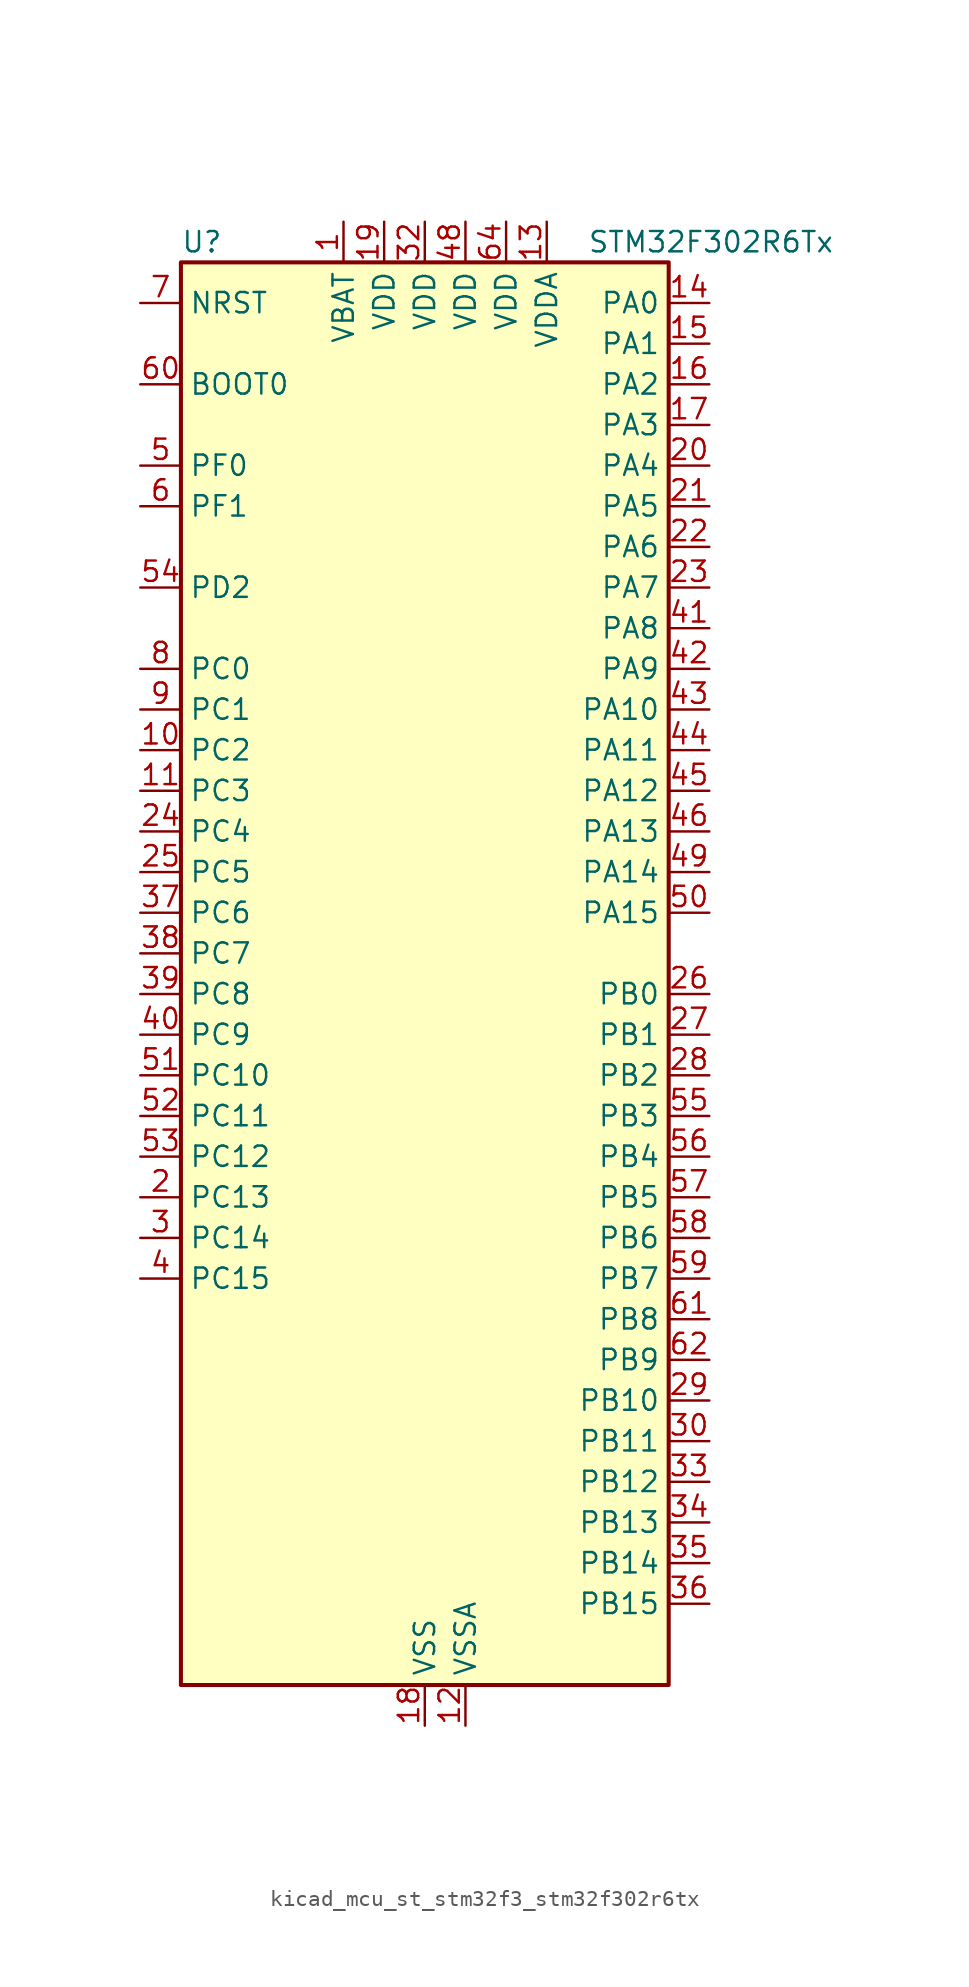
<source format=kicad_sym>
(kicad_symbol_lib
  (version 20220914)
  (generator kicad_symbol_editor)
  (symbol "kicad_mcu_st_stm32f3_stm32f302r6tx"
    (property "Reference" "U"
      (at -15.24 46.99 0)
      (effects (font (size 1.27 1.27)) (justify left)))
    (property "Value" "STM32F302R6Tx"
      (at 10.16 46.99 0)
      (effects (font (size 1.27 1.27)) (justify left)))
    (property "ki_locked" ""
      (at 0 0 0)
      (effects (font (size 1.27 1.27))))
    (symbol "kicad_mcu_st_stm32f3_stm32f302r6tx_0_1"
      (rectangle (start -15.24 -43.18) (end 15.24 45.72) (stroke (width 0.254) (type default)) (fill (type background))))
    (symbol "kicad_mcu_st_stm32f3_stm32f302r6tx_1_1"
      (pin power_in line (at -5.08 48.26 270) (length 2.54) (name "VBAT" (effects (font (size 1.27 1.27)))) (number "1" (effects (font (size 1.27 1.27)))))
      (pin bidirectional line (at -17.78 15.24 0) (length 2.54) (name "PC2" (effects (font (size 1.27 1.27)))) (number "10" (effects (font (size 1.27 1.27)))) (alternate "ADC1_IN8" bidirectional line) (alternate "TIM1_CH3" bidirectional line))
      (pin bidirectional line (at -17.78 12.7 0) (length 2.54) (name "PC3" (effects (font (size 1.27 1.27)))) (number "11" (effects (font (size 1.27 1.27)))) (alternate "ADC1_IN9" bidirectional line) (alternate "TIM1_BKIN2" bidirectional line) (alternate "TIM1_CH4" bidirectional line))
      (pin power_in line (at 2.54 -45.72 90) (length 2.54) (name "VSSA" (effects (font (size 1.27 1.27)))) (number "12" (effects (font (size 1.27 1.27)))))
      (pin power_in line (at 7.62 48.26 270) (length 2.54) (name "VDDA" (effects (font (size 1.27 1.27)))) (number "13" (effects (font (size 1.27 1.27)))))
      (pin bidirectional line (at 17.78 43.18 180) (length 2.54) (name "PA0" (effects (font (size 1.27 1.27)))) (number "14" (effects (font (size 1.27 1.27)))) (alternate "ADC1_IN1" bidirectional line) (alternate "RTC_TAMP2" bidirectional line) (alternate "SYS_WKUP1" bidirectional line) (alternate "TIM2_CH1" bidirectional line) (alternate "TIM2_ETR" bidirectional line) (alternate "TSC_G1_IO1" bidirectional line) (alternate "USART2_CTS" bidirectional line))
      (pin bidirectional line (at 17.78 40.64 180) (length 2.54) (name "PA1" (effects (font (size 1.27 1.27)))) (number "15" (effects (font (size 1.27 1.27)))) (alternate "ADC1_IN2" bidirectional line) (alternate "RTC_REFIN" bidirectional line) (alternate "TIM15_CH1N" bidirectional line) (alternate "TIM2_CH2" bidirectional line) (alternate "TSC_G1_IO2" bidirectional line) (alternate "USART2_DE" bidirectional line) (alternate "USART2_RTS" bidirectional line))
      (pin bidirectional line (at 17.78 38.1 180) (length 2.54) (name "PA2" (effects (font (size 1.27 1.27)))) (number "16" (effects (font (size 1.27 1.27)))) (alternate "ADC1_IN3" bidirectional line) (alternate "COMP2_INM" bidirectional line) (alternate "COMP2_OUT" bidirectional line) (alternate "TIM15_CH1" bidirectional line) (alternate "TIM2_CH3" bidirectional line) (alternate "TSC_G1_IO3" bidirectional line) (alternate "USART2_TX" bidirectional line))
      (pin bidirectional line (at 17.78 35.56 180) (length 2.54) (name "PA3" (effects (font (size 1.27 1.27)))) (number "17" (effects (font (size 1.27 1.27)))) (alternate "ADC1_IN4" bidirectional line) (alternate "TIM15_CH2" bidirectional line) (alternate "TIM2_CH4" bidirectional line) (alternate "TSC_G1_IO4" bidirectional line) (alternate "USART2_RX" bidirectional line))
      (pin power_in line (at 0 -45.72 90) (length 2.54) (name "VSS" (effects (font (size 1.27 1.27)))) (number "18" (effects (font (size 1.27 1.27)))))
      (pin power_in line (at -2.54 48.26 270) (length 2.54) (name "VDD" (effects (font (size 1.27 1.27)))) (number "19" (effects (font (size 1.27 1.27)))))
      (pin bidirectional line (at -17.78 -12.7 0) (length 2.54) (name "PC13" (effects (font (size 1.27 1.27)))) (number "2" (effects (font (size 1.27 1.27)))) (alternate "RTC_OUT_ALARM" bidirectional line) (alternate "RTC_OUT_CALIB" bidirectional line) (alternate "RTC_TAMP1" bidirectional line) (alternate "RTC_TS" bidirectional line) (alternate "SYS_WKUP2" bidirectional line) (alternate "TIM1_CH1N" bidirectional line))
      (pin bidirectional line (at 17.78 33.02 180) (length 2.54) (name "PA4" (effects (font (size 1.27 1.27)))) (number "20" (effects (font (size 1.27 1.27)))) (alternate "ADC1_IN5" bidirectional line) (alternate "COMP2_INM" bidirectional line) (alternate "COMP4_INM" bidirectional line) (alternate "COMP6_INM" bidirectional line) (alternate "DAC_OUT1" bidirectional line) (alternate "I2S3_WS" bidirectional line) (alternate "SPI3_NSS" bidirectional line) (alternate "TSC_G2_IO1" bidirectional line) (alternate "USART2_CK" bidirectional line))
      (pin bidirectional line (at 17.78 30.48 180) (length 2.54) (name "PA5" (effects (font (size 1.27 1.27)))) (number "21" (effects (font (size 1.27 1.27)))) (alternate "OPAMP2_VINM" bidirectional line) (alternate "OPAMP2_VINM_SEC" bidirectional line) (alternate "TIM2_CH1" bidirectional line) (alternate "TIM2_ETR" bidirectional line) (alternate "TSC_G2_IO2" bidirectional line))
      (pin bidirectional line (at 17.78 27.94 180) (length 2.54) (name "PA6" (effects (font (size 1.27 1.27)))) (number "22" (effects (font (size 1.27 1.27)))) (alternate "ADC1_IN10" bidirectional line) (alternate "OPAMP2_VOUT" bidirectional line) (alternate "TIM16_CH1" bidirectional line) (alternate "TIM1_BKIN" bidirectional line) (alternate "TSC_G2_IO3" bidirectional line))
      (pin bidirectional line (at 17.78 25.4 180) (length 2.54) (name "PA7" (effects (font (size 1.27 1.27)))) (number "23" (effects (font (size 1.27 1.27)))) (alternate "ADC1_IN15" bidirectional line) (alternate "COMP2_INP" bidirectional line) (alternate "OPAMP2_VINP" bidirectional line) (alternate "OPAMP2_VINP_SEC" bidirectional line) (alternate "TIM17_CH1" bidirectional line) (alternate "TIM1_CH1N" bidirectional line) (alternate "TSC_G2_IO4" bidirectional line))
      (pin bidirectional line (at -17.78 10.16 0) (length 2.54) (name "PC4" (effects (font (size 1.27 1.27)))) (number "24" (effects (font (size 1.27 1.27)))) (alternate "TIM1_ETR" bidirectional line) (alternate "USART1_TX" bidirectional line))
      (pin bidirectional line (at -17.78 7.62 0) (length 2.54) (name "PC5" (effects (font (size 1.27 1.27)))) (number "25" (effects (font (size 1.27 1.27)))) (alternate "OPAMP2_VINM" bidirectional line) (alternate "OPAMP2_VINM_SEC" bidirectional line) (alternate "TIM15_BKIN" bidirectional line) (alternate "TSC_G3_IO1" bidirectional line) (alternate "USART1_RX" bidirectional line))
      (pin bidirectional line (at 17.78 0 180) (length 2.54) (name "PB0" (effects (font (size 1.27 1.27)))) (number "26" (effects (font (size 1.27 1.27)))) (alternate "ADC1_IN11" bidirectional line) (alternate "COMP4_INP" bidirectional line) (alternate "OPAMP2_VINP" bidirectional line) (alternate "OPAMP2_VINP_SEC" bidirectional line) (alternate "TIM1_CH2N" bidirectional line) (alternate "TSC_G3_IO2" bidirectional line))
      (pin bidirectional line (at 17.78 -2.54 180) (length 2.54) (name "PB1" (effects (font (size 1.27 1.27)))) (number "27" (effects (font (size 1.27 1.27)))) (alternate "ADC1_IN12" bidirectional line) (alternate "COMP4_OUT" bidirectional line) (alternate "TIM1_CH3N" bidirectional line) (alternate "TSC_G3_IO3" bidirectional line))
      (pin bidirectional line (at 17.78 -5.08 180) (length 2.54) (name "PB2" (effects (font (size 1.27 1.27)))) (number "28" (effects (font (size 1.27 1.27)))) (alternate "COMP4_INM" bidirectional line) (alternate "TSC_G3_IO4" bidirectional line))
      (pin bidirectional line (at 17.78 -25.4 180) (length 2.54) (name "PB10" (effects (font (size 1.27 1.27)))) (number "29" (effects (font (size 1.27 1.27)))) (alternate "TIM2_CH3" bidirectional line) (alternate "TSC_SYNC" bidirectional line) (alternate "USART3_TX" bidirectional line))
      (pin bidirectional line (at -17.78 -15.24 0) (length 2.54) (name "PC14" (effects (font (size 1.27 1.27)))) (number "3" (effects (font (size 1.27 1.27)))) (alternate "RCC_OSC32_IN" bidirectional line))
      (pin bidirectional line (at 17.78 -27.94 180) (length 2.54) (name "PB11" (effects (font (size 1.27 1.27)))) (number "30" (effects (font (size 1.27 1.27)))) (alternate "ADC1_EXTI11" bidirectional line) (alternate "ADC1_IN14" bidirectional line) (alternate "COMP6_INP" bidirectional line) (alternate "TIM2_CH4" bidirectional line) (alternate "TSC_G6_IO1" bidirectional line) (alternate "USART3_RX" bidirectional line))
      (pin passive line (at 0 -45.72 90) (length 2.54) hide (name "VSS" (effects (font (size 1.27 1.27)))) (number "31" (effects (font (size 1.27 1.27)))))
      (pin power_in line (at 0 48.26 270) (length 2.54) (name "VDD" (effects (font (size 1.27 1.27)))) (number "32" (effects (font (size 1.27 1.27)))))
      (pin bidirectional line (at 17.78 -30.48 180) (length 2.54) (name "PB12" (effects (font (size 1.27 1.27)))) (number "33" (effects (font (size 1.27 1.27)))) (alternate "I2C2_SMBA" bidirectional line) (alternate "I2S2_WS" bidirectional line) (alternate "SPI2_NSS" bidirectional line) (alternate "TIM1_BKIN" bidirectional line) (alternate "TSC_G6_IO2" bidirectional line) (alternate "USART3_CK" bidirectional line))
      (pin bidirectional line (at 17.78 -33.02 180) (length 2.54) (name "PB13" (effects (font (size 1.27 1.27)))) (number "34" (effects (font (size 1.27 1.27)))) (alternate "ADC1_IN13" bidirectional line) (alternate "I2S2_CK" bidirectional line) (alternate "SPI2_SCK" bidirectional line) (alternate "TIM1_CH1N" bidirectional line) (alternate "TSC_G6_IO3" bidirectional line) (alternate "USART3_CTS" bidirectional line))
      (pin bidirectional line (at 17.78 -35.56 180) (length 2.54) (name "PB14" (effects (font (size 1.27 1.27)))) (number "35" (effects (font (size 1.27 1.27)))) (alternate "I2S2_ext_SD" bidirectional line) (alternate "OPAMP2_VINP" bidirectional line) (alternate "OPAMP2_VINP_SEC" bidirectional line) (alternate "SPI2_MISO" bidirectional line) (alternate "TIM15_CH1" bidirectional line) (alternate "TIM1_CH2N" bidirectional line) (alternate "TSC_G6_IO4" bidirectional line) (alternate "USART3_DE" bidirectional line) (alternate "USART3_RTS" bidirectional line))
      (pin bidirectional line (at 17.78 -38.1 180) (length 2.54) (name "PB15" (effects (font (size 1.27 1.27)))) (number "36" (effects (font (size 1.27 1.27)))) (alternate "ADC1_EXTI15" bidirectional line) (alternate "COMP6_INM" bidirectional line) (alternate "I2S2_SD" bidirectional line) (alternate "RTC_REFIN" bidirectional line) (alternate "SPI2_MOSI" bidirectional line) (alternate "TIM15_CH1N" bidirectional line) (alternate "TIM15_CH2" bidirectional line) (alternate "TIM1_CH3N" bidirectional line))
      (pin bidirectional line (at -17.78 5.08 0) (length 2.54) (name "PC6" (effects (font (size 1.27 1.27)))) (number "37" (effects (font (size 1.27 1.27)))) (alternate "COMP6_OUT" bidirectional line) (alternate "I2S2_MCK" bidirectional line))
      (pin bidirectional line (at -17.78 2.54 0) (length 2.54) (name "PC7" (effects (font (size 1.27 1.27)))) (number "38" (effects (font (size 1.27 1.27)))) (alternate "I2S3_MCK" bidirectional line))
      (pin bidirectional line (at -17.78 0 0) (length 2.54) (name "PC8" (effects (font (size 1.27 1.27)))) (number "39" (effects (font (size 1.27 1.27)))))
      (pin bidirectional line (at -17.78 -17.78 0) (length 2.54) (name "PC15" (effects (font (size 1.27 1.27)))) (number "4" (effects (font (size 1.27 1.27)))) (alternate "ADC1_EXTI15" bidirectional line) (alternate "RCC_OSC32_OUT" bidirectional line))
      (pin bidirectional line (at -17.78 -2.54 0) (length 2.54) (name "PC9" (effects (font (size 1.27 1.27)))) (number "40" (effects (font (size 1.27 1.27)))) (alternate "DAC_EXTI9" bidirectional line) (alternate "I2C3_SDA" bidirectional line) (alternate "I2S_CKIN" bidirectional line))
      (pin bidirectional line (at 17.78 22.86 180) (length 2.54) (name "PA8" (effects (font (size 1.27 1.27)))) (number "41" (effects (font (size 1.27 1.27)))) (alternate "I2C2_SMBA" bidirectional line) (alternate "I2C3_SCL" bidirectional line) (alternate "I2S2_MCK" bidirectional line) (alternate "RCC_MCO" bidirectional line) (alternate "TIM1_CH1" bidirectional line) (alternate "USART1_CK" bidirectional line))
      (pin bidirectional line (at 17.78 20.32 180) (length 2.54) (name "PA9" (effects (font (size 1.27 1.27)))) (number "42" (effects (font (size 1.27 1.27)))) (alternate "DAC_EXTI9" bidirectional line) (alternate "I2C2_SCL" bidirectional line) (alternate "I2C3_SMBA" bidirectional line) (alternate "I2S3_MCK" bidirectional line) (alternate "TIM15_BKIN" bidirectional line) (alternate "TIM1_CH2" bidirectional line) (alternate "TIM2_CH3" bidirectional line) (alternate "TSC_G4_IO1" bidirectional line) (alternate "USART1_TX" bidirectional line))
      (pin bidirectional line (at 17.78 17.78 180) (length 2.54) (name "PA10" (effects (font (size 1.27 1.27)))) (number "43" (effects (font (size 1.27 1.27)))) (alternate "COMP6_OUT" bidirectional line) (alternate "I2C2_SDA" bidirectional line) (alternate "I2S2_ext_SD" bidirectional line) (alternate "SPI2_MISO" bidirectional line) (alternate "TIM17_BKIN" bidirectional line) (alternate "TIM1_CH3" bidirectional line) (alternate "TIM2_CH4" bidirectional line) (alternate "TSC_G4_IO2" bidirectional line) (alternate "USART1_RX" bidirectional line))
      (pin bidirectional line (at 17.78 15.24 180) (length 2.54) (name "PA11" (effects (font (size 1.27 1.27)))) (number "44" (effects (font (size 1.27 1.27)))) (alternate "ADC1_EXTI11" bidirectional line) (alternate "CAN_RX" bidirectional line) (alternate "I2S2_SD" bidirectional line) (alternate "SPI2_MOSI" bidirectional line) (alternate "TIM1_BKIN2" bidirectional line) (alternate "TIM1_CH1N" bidirectional line) (alternate "TIM1_CH4" bidirectional line) (alternate "USART1_CTS" bidirectional line) (alternate "USB_DM" bidirectional line))
      (pin bidirectional line (at 17.78 12.7 180) (length 2.54) (name "PA12" (effects (font (size 1.27 1.27)))) (number "45" (effects (font (size 1.27 1.27)))) (alternate "CAN_TX" bidirectional line) (alternate "COMP2_OUT" bidirectional line) (alternate "I2S_CKIN" bidirectional line) (alternate "TIM16_CH1" bidirectional line) (alternate "TIM1_CH2N" bidirectional line) (alternate "TIM1_ETR" bidirectional line) (alternate "USART1_DE" bidirectional line) (alternate "USART1_RTS" bidirectional line) (alternate "USB_DP" bidirectional line))
      (pin bidirectional line (at 17.78 10.16 180) (length 2.54) (name "PA13" (effects (font (size 1.27 1.27)))) (number "46" (effects (font (size 1.27 1.27)))) (alternate "IR_OUT" bidirectional line) (alternate "SYS_JTMS-SWDIO" bidirectional line) (alternate "TIM16_CH1N" bidirectional line) (alternate "TSC_G4_IO3" bidirectional line) (alternate "USART3_CTS" bidirectional line))
      (pin passive line (at 0 -45.72 90) (length 2.54) hide (name "VSS" (effects (font (size 1.27 1.27)))) (number "47" (effects (font (size 1.27 1.27)))))
      (pin power_in line (at 2.54 48.26 270) (length 2.54) (name "VDD" (effects (font (size 1.27 1.27)))) (number "48" (effects (font (size 1.27 1.27)))))
      (pin bidirectional line (at 17.78 7.62 180) (length 2.54) (name "PA14" (effects (font (size 1.27 1.27)))) (number "49" (effects (font (size 1.27 1.27)))) (alternate "I2C1_SDA" bidirectional line) (alternate "SYS_JTCK-SWCLK" bidirectional line) (alternate "TIM1_BKIN" bidirectional line) (alternate "TSC_G4_IO4" bidirectional line) (alternate "USART2_TX" bidirectional line))
      (pin bidirectional line (at -17.78 33.02 0) (length 2.54) (name "PF0" (effects (font (size 1.27 1.27)))) (number "5" (effects (font (size 1.27 1.27)))) (alternate "I2C2_SDA" bidirectional line) (alternate "I2S2_WS" bidirectional line) (alternate "RCC_OSC_IN" bidirectional line) (alternate "SPI2_NSS" bidirectional line) (alternate "TIM1_CH3N" bidirectional line))
      (pin bidirectional line (at 17.78 5.08 180) (length 2.54) (name "PA15" (effects (font (size 1.27 1.27)))) (number "50" (effects (font (size 1.27 1.27)))) (alternate "ADC1_EXTI15" bidirectional line) (alternate "I2C1_SCL" bidirectional line) (alternate "I2S3_WS" bidirectional line) (alternate "SPI3_NSS" bidirectional line) (alternate "SYS_JTDI" bidirectional line) (alternate "TIM1_BKIN" bidirectional line) (alternate "TIM2_CH1" bidirectional line) (alternate "TIM2_ETR" bidirectional line) (alternate "TSC_SYNC" bidirectional line) (alternate "USART2_RX" bidirectional line))
      (pin bidirectional line (at -17.78 -5.08 0) (length 2.54) (name "PC10" (effects (font (size 1.27 1.27)))) (number "51" (effects (font (size 1.27 1.27)))) (alternate "I2S3_CK" bidirectional line) (alternate "SPI3_SCK" bidirectional line) (alternate "USART3_TX" bidirectional line))
      (pin bidirectional line (at -17.78 -7.62 0) (length 2.54) (name "PC11" (effects (font (size 1.27 1.27)))) (number "52" (effects (font (size 1.27 1.27)))) (alternate "ADC1_EXTI11" bidirectional line) (alternate "I2S3_ext_SD" bidirectional line) (alternate "SPI3_MISO" bidirectional line) (alternate "USART3_RX" bidirectional line))
      (pin bidirectional line (at -17.78 -10.16 0) (length 2.54) (name "PC12" (effects (font (size 1.27 1.27)))) (number "53" (effects (font (size 1.27 1.27)))) (alternate "I2S3_SD" bidirectional line) (alternate "SPI3_MOSI" bidirectional line) (alternate "USART3_CK" bidirectional line))
      (pin bidirectional line (at -17.78 25.4 0) (length 2.54) (name "PD2" (effects (font (size 1.27 1.27)))) (number "54" (effects (font (size 1.27 1.27)))))
      (pin bidirectional line (at 17.78 -7.62 180) (length 2.54) (name "PB3" (effects (font (size 1.27 1.27)))) (number "55" (effects (font (size 1.27 1.27)))) (alternate "I2S3_CK" bidirectional line) (alternate "SPI3_SCK" bidirectional line) (alternate "SYS_JTDO-TRACESWO" bidirectional line) (alternate "TIM2_CH2" bidirectional line) (alternate "TSC_G5_IO1" bidirectional line) (alternate "USART2_TX" bidirectional line))
      (pin bidirectional line (at 17.78 -10.16 180) (length 2.54) (name "PB4" (effects (font (size 1.27 1.27)))) (number "56" (effects (font (size 1.27 1.27)))) (alternate "I2S3_ext_SD" bidirectional line) (alternate "SPI3_MISO" bidirectional line) (alternate "SYS_NJTRST" bidirectional line) (alternate "TIM16_CH1" bidirectional line) (alternate "TIM17_BKIN" bidirectional line) (alternate "TSC_G5_IO2" bidirectional line) (alternate "USART2_RX" bidirectional line))
      (pin bidirectional line (at 17.78 -12.7 180) (length 2.54) (name "PB5" (effects (font (size 1.27 1.27)))) (number "57" (effects (font (size 1.27 1.27)))) (alternate "I2C1_SMBA" bidirectional line) (alternate "I2C3_SDA" bidirectional line) (alternate "I2S3_SD" bidirectional line) (alternate "SPI3_MOSI" bidirectional line) (alternate "TIM16_BKIN" bidirectional line) (alternate "TIM17_CH1" bidirectional line) (alternate "USART2_CK" bidirectional line))
      (pin bidirectional line (at 17.78 -15.24 180) (length 2.54) (name "PB6" (effects (font (size 1.27 1.27)))) (number "58" (effects (font (size 1.27 1.27)))) (alternate "I2C1_SCL" bidirectional line) (alternate "TIM16_CH1N" bidirectional line) (alternate "TSC_G5_IO3" bidirectional line) (alternate "USART1_TX" bidirectional line))
      (pin bidirectional line (at 17.78 -17.78 180) (length 2.54) (name "PB7" (effects (font (size 1.27 1.27)))) (number "59" (effects (font (size 1.27 1.27)))) (alternate "I2C1_SDA" bidirectional line) (alternate "TIM17_CH1N" bidirectional line) (alternate "TSC_G5_IO4" bidirectional line) (alternate "USART1_RX" bidirectional line))
      (pin bidirectional line (at -17.78 30.48 0) (length 2.54) (name "PF1" (effects (font (size 1.27 1.27)))) (number "6" (effects (font (size 1.27 1.27)))) (alternate "I2C2_SCL" bidirectional line) (alternate "I2S2_CK" bidirectional line) (alternate "RCC_OSC_OUT" bidirectional line) (alternate "SPI2_SCK" bidirectional line))
      (pin input line (at -17.78 38.1 0) (length 2.54) (name "BOOT0" (effects (font (size 1.27 1.27)))) (number "60" (effects (font (size 1.27 1.27)))))
      (pin bidirectional line (at 17.78 -20.32 180) (length 2.54) (name "PB8" (effects (font (size 1.27 1.27)))) (number "61" (effects (font (size 1.27 1.27)))) (alternate "CAN_RX" bidirectional line) (alternate "I2C1_SCL" bidirectional line) (alternate "TIM16_CH1" bidirectional line) (alternate "TIM1_BKIN" bidirectional line) (alternate "TSC_SYNC" bidirectional line) (alternate "USART3_RX" bidirectional line))
      (pin bidirectional line (at 17.78 -22.86 180) (length 2.54) (name "PB9" (effects (font (size 1.27 1.27)))) (number "62" (effects (font (size 1.27 1.27)))) (alternate "CAN_TX" bidirectional line) (alternate "COMP2_OUT" bidirectional line) (alternate "DAC_EXTI9" bidirectional line) (alternate "I2C1_SDA" bidirectional line) (alternate "IR_OUT" bidirectional line) (alternate "TIM17_CH1" bidirectional line) (alternate "USART3_TX" bidirectional line))
      (pin passive line (at 0 -45.72 90) (length 2.54) hide (name "VSS" (effects (font (size 1.27 1.27)))) (number "63" (effects (font (size 1.27 1.27)))))
      (pin power_in line (at 5.08 48.26 270) (length 2.54) (name "VDD" (effects (font (size 1.27 1.27)))) (number "64" (effects (font (size 1.27 1.27)))))
      (pin input line (at -17.78 43.18 0) (length 2.54) (name "NRST" (effects (font (size 1.27 1.27)))) (number "7" (effects (font (size 1.27 1.27)))))
      (pin bidirectional line (at -17.78 20.32 0) (length 2.54) (name "PC0" (effects (font (size 1.27 1.27)))) (number "8" (effects (font (size 1.27 1.27)))) (alternate "ADC1_IN6" bidirectional line) (alternate "TIM1_CH1" bidirectional line))
      (pin bidirectional line (at -17.78 17.78 0) (length 2.54) (name "PC1" (effects (font (size 1.27 1.27)))) (number "9" (effects (font (size 1.27 1.27)))) (alternate "ADC1_IN7" bidirectional line) (alternate "TIM1_CH2" bidirectional line)))))
</source>
